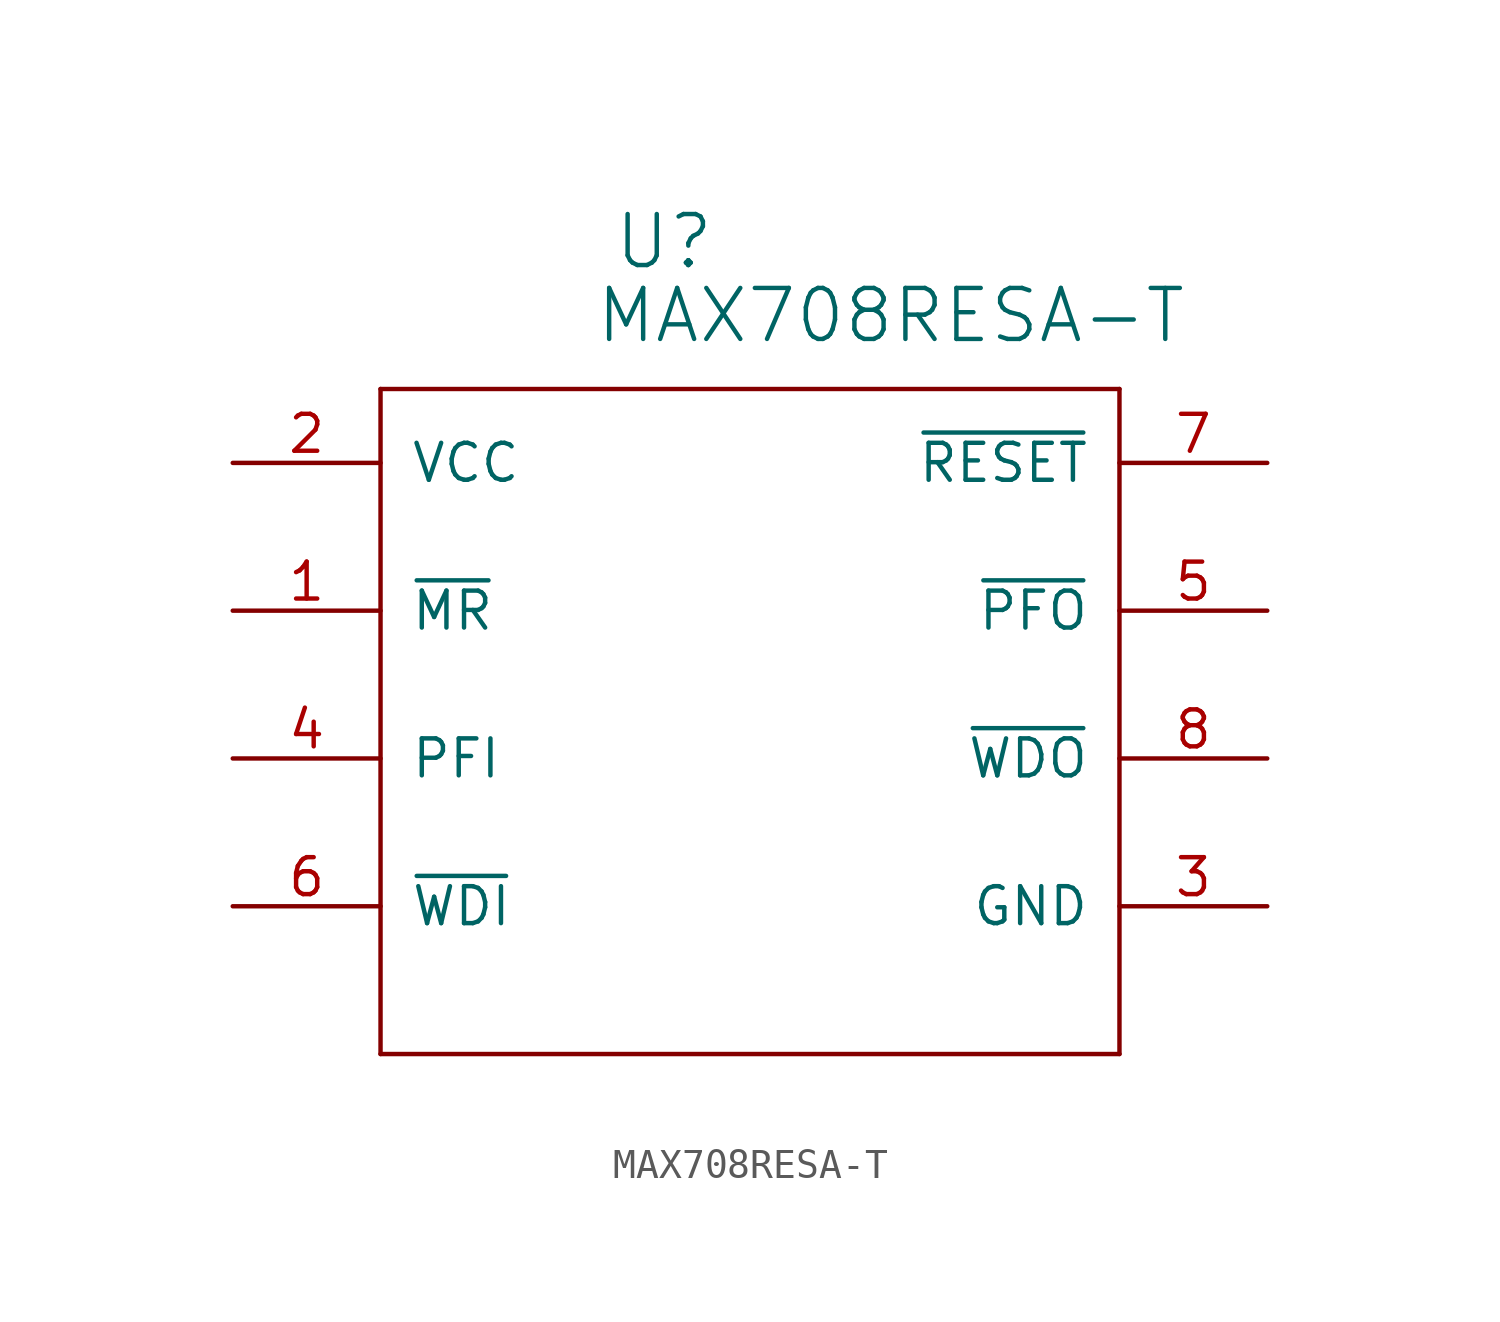
<source format=kicad_sym>
(kicad_symbol_lib
  (version 20220914)
  (generator kicad_symbol_editor)
  (symbol "MAX708RESA-T"
    (pin_names
      (offset 1.016))
    (property "Reference" "U"
      (at 15.596 9.119 0)
      (effects (font (size 1.753 1.753)) (justify left bottom)))
    (property "Value" "MAX708RESA-T"
      (at 14.961 6.579 0)
      (effects (font (size 1.753 1.753)) (justify left bottom)))
    (property "ki_locked" ""
      (at 0 0 0)
      (effects (font (size 1.27 1.27))))
    (symbol "MAX708RESA-T_1_0"
      (polyline (pts (xy 7.62 -17.78) (xy 33.02 -17.78)) (stroke (width 0) (type default)) (fill (type none)))
      (polyline (pts (xy 7.62 5.08) (xy 7.62 -17.78)) (stroke (width 0) (type default)) (fill (type none)))
      (polyline (pts (xy 33.02 -17.78) (xy 33.02 5.08)) (stroke (width 0) (type default)) (fill (type none)))
      (polyline (pts (xy 33.02 5.08) (xy 7.62 5.08)) (stroke (width 0) (type default)) (fill (type none)))
      (pin input line (at 2.54 -2.54 0) (length 5.08) (name "~{MR}" (effects (font (size 1.27 1.27)))) (number "1" (effects (font (size 1.27 1.27)))))
      (pin power_in line (at 2.54 2.54 0) (length 5.08) (name "VCC" (effects (font (size 1.27 1.27)))) (number "2" (effects (font (size 1.27 1.27)))))
      (pin power_in line (at 38.1 -12.7 180) (length 5.08) (name "GND" (effects (font (size 1.27 1.27)))) (number "3" (effects (font (size 1.27 1.27)))))
      (pin input line (at 2.54 -7.62 0) (length 5.08) (name "PFI" (effects (font (size 1.27 1.27)))) (number "4" (effects (font (size 1.27 1.27)))))
      (pin output line (at 38.1 -2.54 180) (length 5.08) (name "~{PFO}" (effects (font (size 1.27 1.27)))) (number "5" (effects (font (size 1.27 1.27)))))
      (pin input line (at 2.54 -12.7 0) (length 5.08) (name "~{WDI}" (effects (font (size 1.27 1.27)))) (number "6" (effects (font (size 1.27 1.27)))))
      (pin output line (at 38.1 2.54 180) (length 5.08) (name "~{RESET}" (effects (font (size 1.27 1.27)))) (number "7" (effects (font (size 1.27 1.27)))))
      (pin output line (at 38.1 -7.62 180) (length 5.08) (name "~{WDO}" (effects (font (size 1.27 1.27)))) (number "8" (effects (font (size 1.27 1.27))))))))
</source>
